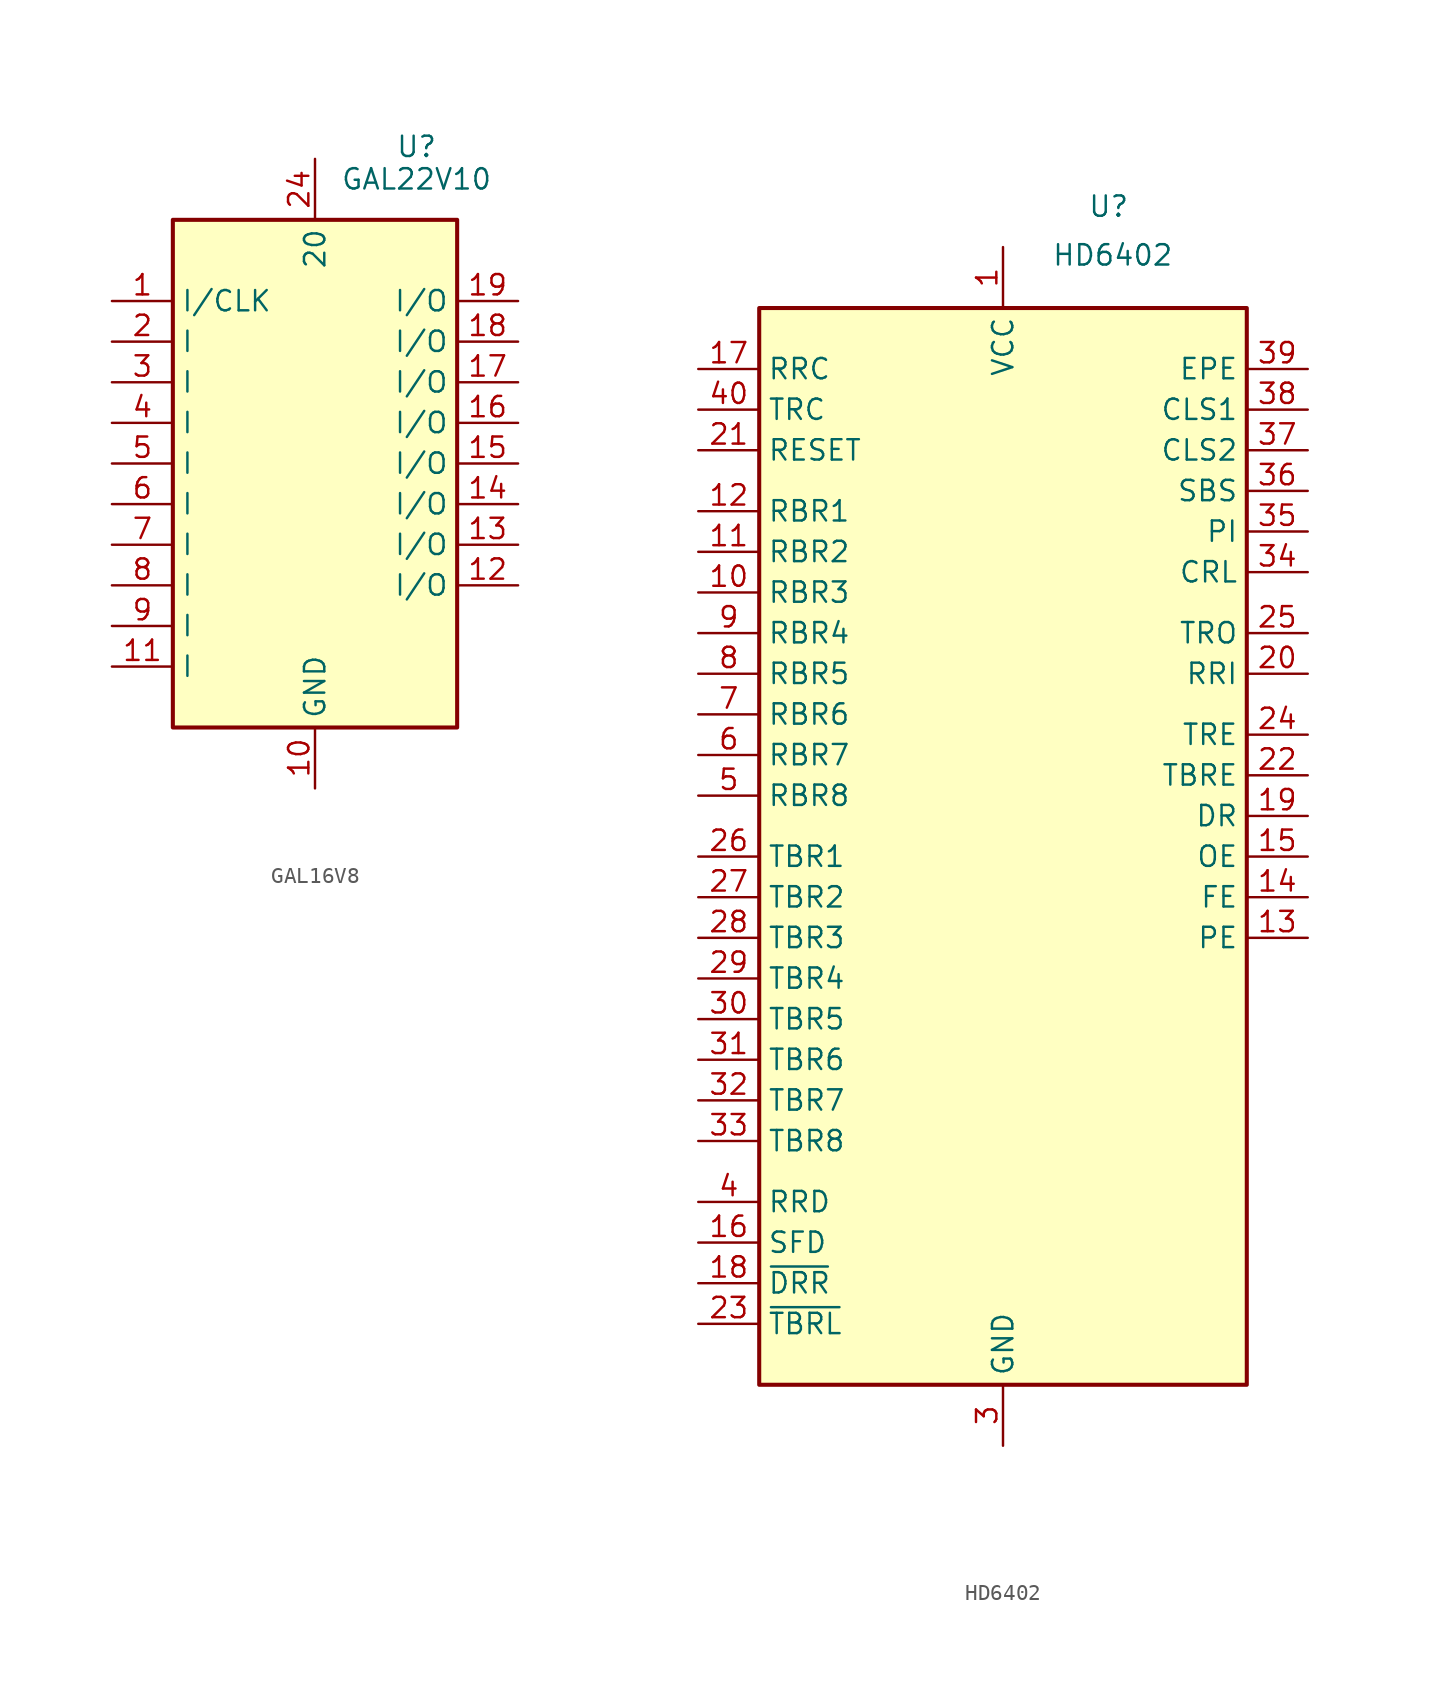
<source format=kicad_sym>
(kicad_symbol_lib
  (version 20241209)
  (generator "kicad_symbol_editor")
  (generator_version "9.0")
  (symbol "GAL16V8"
    (property "Reference" "U"
      (at 6.35 22.352 0)
      (effects (font (size 1.27 1.27))))
    (property "Value" "GAL22V10"
      (at 6.35 20.32 0)
      (effects (font (size 1.27 1.27))))
    (symbol "GAL16V8_1_1"
      (rectangle (start -8.89 17.78) (end 8.89 -13.97) (stroke (width 0.254) (type default)) (fill (type background)))
      (pin input line (at -12.7 12.7 0) (length 3.81) (name "I/CLK" (effects (font (size 1.27 1.27)))) (number "1" (effects (font (size 1.27 1.27)))))
      (pin input line (at -12.7 10.16 0) (length 3.81) (name "I" (effects (font (size 1.27 1.27)))) (number "2" (effects (font (size 1.27 1.27)))))
      (pin input line (at -12.7 7.62 0) (length 3.81) (name "I" (effects (font (size 1.27 1.27)))) (number "3" (effects (font (size 1.27 1.27)))))
      (pin input line (at -12.7 5.08 0) (length 3.81) (name "I" (effects (font (size 1.27 1.27)))) (number "4" (effects (font (size 1.27 1.27)))))
      (pin input line (at -12.7 2.54 0) (length 3.81) (name "I" (effects (font (size 1.27 1.27)))) (number "5" (effects (font (size 1.27 1.27)))))
      (pin input line (at -12.7 0 0) (length 3.81) (name "I" (effects (font (size 1.27 1.27)))) (number "6" (effects (font (size 1.27 1.27)))))
      (pin input line (at -12.7 -2.54 0) (length 3.81) (name "I" (effects (font (size 1.27 1.27)))) (number "7" (effects (font (size 1.27 1.27)))))
      (pin input line (at -12.7 -5.08 0) (length 3.81) (name "I" (effects (font (size 1.27 1.27)))) (number "8" (effects (font (size 1.27 1.27)))))
      (pin input line (at -12.7 -7.62 0) (length 3.81) (name "I" (effects (font (size 1.27 1.27)))) (number "9" (effects (font (size 1.27 1.27)))))
      (pin input line (at -12.7 -10.16 0) (length 3.81) (name "I" (effects (font (size 1.27 1.27)))) (number "11" (effects (font (size 1.27 1.27)))))
      (pin power_in line (at 0 21.59 270) (length 3.81) (name "20" (effects (font (size 1.27 1.27)))) (number "24" (effects (font (size 1.27 1.27)))))
      (pin power_in line (at 0 -17.78 90) (length 3.81) (name "GND" (effects (font (size 1.27 1.27)))) (number "10" (effects (font (size 1.27 1.27)))))
      (pin bidirectional line (at 12.7 12.7 180) (length 3.81) (name "I/O" (effects (font (size 1.27 1.27)))) (number "19" (effects (font (size 1.27 1.27)))))
      (pin bidirectional line (at 12.7 10.16 180) (length 3.81) (name "I/O" (effects (font (size 1.27 1.27)))) (number "18" (effects (font (size 1.27 1.27)))))
      (pin bidirectional line (at 12.7 7.62 180) (length 3.81) (name "I/O" (effects (font (size 1.27 1.27)))) (number "17" (effects (font (size 1.27 1.27)))))
      (pin bidirectional line (at 12.7 5.08 180) (length 3.81) (name "I/O" (effects (font (size 1.27 1.27)))) (number "16" (effects (font (size 1.27 1.27)))))
      (pin bidirectional line (at 12.7 2.54 180) (length 3.81) (name "I/O" (effects (font (size 1.27 1.27)))) (number "15" (effects (font (size 1.27 1.27)))))
      (pin bidirectional line (at 12.7 0 180) (length 3.81) (name "I/O" (effects (font (size 1.27 1.27)))) (number "14" (effects (font (size 1.27 1.27)))))
      (pin bidirectional line (at 12.7 -2.54 180) (length 3.81) (name "I/O" (effects (font (size 1.27 1.27)))) (number "13" (effects (font (size 1.27 1.27)))))
      (pin bidirectional line (at 12.7 -5.08 180) (length 3.81) (name "I/O" (effects (font (size 1.27 1.27)))) (number "12" (effects (font (size 1.27 1.27)))))))
  (symbol "HD6402"
    (property "Reference" "U"
      (at 6.604 43.18 0)
      (effects (font (size 1.27 1.27))))
    (property "Value" "HD6402"
      (at 6.858 40.132 0)
      (effects (font (size 1.27 1.27))))
    (symbol "HD6402_1_1"
      (rectangle (start -15.24 36.83) (end 15.24 -30.48) (stroke (width 0.254) (type default)) (fill (type background)))
      (pin input line (at -19.05 33.02 0) (length 3.81) (name "RRC" (effects (font (size 1.27 1.27)))) (number "17" (effects (font (size 1.27 1.27)))))
      (pin input line (at -19.05 30.48 0) (length 3.81) (name "TRC" (effects (font (size 1.27 1.27)))) (number "40" (effects (font (size 1.27 1.27)))))
      (pin input line (at -19.05 27.94 0) (length 3.81) (name "RESET" (effects (font (size 1.27 1.27)))) (number "21" (effects (font (size 1.27 1.27)))))
      (pin tri_state line (at -19.05 24.13 0) (length 3.81) (name "RBR1" (effects (font (size 1.27 1.27)))) (number "12" (effects (font (size 1.27 1.27)))))
      (pin tri_state line (at -19.05 21.59 0) (length 3.81) (name "RBR2" (effects (font (size 1.27 1.27)))) (number "11" (effects (font (size 1.27 1.27)))))
      (pin tri_state line (at -19.05 19.05 0) (length 3.81) (name "RBR3" (effects (font (size 1.27 1.27)))) (number "10" (effects (font (size 1.27 1.27)))))
      (pin tri_state line (at -19.05 16.51 0) (length 3.81) (name "RBR4" (effects (font (size 1.27 1.27)))) (number "9" (effects (font (size 1.27 1.27)))))
      (pin tri_state line (at -19.05 13.97 0) (length 3.81) (name "RBR5" (effects (font (size 1.27 1.27)))) (number "8" (effects (font (size 1.27 1.27)))))
      (pin tri_state line (at -19.05 11.43 0) (length 3.81) (name "RBR6" (effects (font (size 1.27 1.27)))) (number "7" (effects (font (size 1.27 1.27)))))
      (pin tri_state line (at -19.05 8.89 0) (length 3.81) (name "RBR7" (effects (font (size 1.27 1.27)))) (number "6" (effects (font (size 1.27 1.27)))))
      (pin tri_state line (at -19.05 6.35 0) (length 3.81) (name "RBR8" (effects (font (size 1.27 1.27)))) (number "5" (effects (font (size 1.27 1.27)))))
      (pin input line (at -19.05 2.54 0) (length 3.81) (name "TBR1" (effects (font (size 1.27 1.27)))) (number "26" (effects (font (size 1.27 1.27)))))
      (pin input line (at -19.05 0 0) (length 3.81) (name "TBR2" (effects (font (size 1.27 1.27)))) (number "27" (effects (font (size 1.27 1.27)))))
      (pin input line (at -19.05 -2.54 0) (length 3.81) (name "TBR3" (effects (font (size 1.27 1.27)))) (number "28" (effects (font (size 1.27 1.27)))))
      (pin input line (at -19.05 -5.08 0) (length 3.81) (name "TBR4" (effects (font (size 1.27 1.27)))) (number "29" (effects (font (size 1.27 1.27)))))
      (pin input line (at -19.05 -7.62 0) (length 3.81) (name "TBR5" (effects (font (size 1.27 1.27)))) (number "30" (effects (font (size 1.27 1.27)))))
      (pin input line (at -19.05 -10.16 0) (length 3.81) (name "TBR6" (effects (font (size 1.27 1.27)))) (number "31" (effects (font (size 1.27 1.27)))))
      (pin input line (at -19.05 -12.7 0) (length 3.81) (name "TBR7" (effects (font (size 1.27 1.27)))) (number "32" (effects (font (size 1.27 1.27)))))
      (pin input line (at -19.05 -15.24 0) (length 3.81) (name "TBR8" (effects (font (size 1.27 1.27)))) (number "33" (effects (font (size 1.27 1.27)))))
      (pin input line (at -19.05 -19.05 0) (length 3.81) (name "RRD" (effects (font (size 1.27 1.27)))) (number "4" (effects (font (size 1.27 1.27)))))
      (pin input line (at -19.05 -21.59 0) (length 3.81) (name "SFD" (effects (font (size 1.27 1.27)))) (number "16" (effects (font (size 1.27 1.27)))))
      (pin input line (at -19.05 -24.13 0) (length 3.81) (name "~{DRR}" (effects (font (size 1.27 1.27)))) (number "18" (effects (font (size 1.27 1.27)))))
      (pin input line (at -19.05 -26.67 0) (length 3.81) (name "~{TBRL}" (effects (font (size 1.27 1.27)))) (number "23" (effects (font (size 1.27 1.27)))))
      (pin power_in line (at 0 40.64 270) (length 3.81) (name "VCC" (effects (font (size 1.27 1.27)))) (number "1" (effects (font (size 1.27 1.27)))))
      (pin power_in line (at 0 -34.29 90) (length 3.81) (name "GND" (effects (font (size 1.27 1.27)))) (number "3" (effects (font (size 1.27 1.27)))))
      (pin input line (at 19.05 33.02 180) (length 3.81) (name "EPE" (effects (font (size 1.27 1.27)))) (number "39" (effects (font (size 1.27 1.27)))))
      (pin input line (at 19.05 30.48 180) (length 3.81) (name "CLS1" (effects (font (size 1.27 1.27)))) (number "38" (effects (font (size 1.27 1.27)))))
      (pin input line (at 19.05 27.94 180) (length 3.81) (name "CLS2" (effects (font (size 1.27 1.27)))) (number "37" (effects (font (size 1.27 1.27)))))
      (pin input line (at 19.05 25.4 180) (length 3.81) (name "SBS" (effects (font (size 1.27 1.27)))) (number "36" (effects (font (size 1.27 1.27)))))
      (pin input line (at 19.05 22.86 180) (length 3.81) (name "PI" (effects (font (size 1.27 1.27)))) (number "35" (effects (font (size 1.27 1.27)))))
      (pin input line (at 19.05 20.32 180) (length 3.81) (name "CRL" (effects (font (size 1.27 1.27)))) (number "34" (effects (font (size 1.27 1.27)))))
      (pin output line (at 19.05 16.51 180) (length 3.81) (name "TRO" (effects (font (size 1.27 1.27)))) (number "25" (effects (font (size 1.27 1.27)))))
      (pin input line (at 19.05 13.97 180) (length 3.81) (name "RRI" (effects (font (size 1.27 1.27)))) (number "20" (effects (font (size 1.27 1.27)))))
      (pin output line (at 19.05 10.16 180) (length 3.81) (name "TRE" (effects (font (size 1.27 1.27)))) (number "24" (effects (font (size 1.27 1.27)))))
      (pin tri_state line (at 19.05 7.62 180) (length 3.81) (name "TBRE" (effects (font (size 1.27 1.27)))) (number "22" (effects (font (size 1.27 1.27)))))
      (pin tri_state line (at 19.05 5.08 180) (length 3.81) (name "DR" (effects (font (size 1.27 1.27)))) (number "19" (effects (font (size 1.27 1.27)))))
      (pin tri_state line (at 19.05 2.54 180) (length 3.81) (name "OE" (effects (font (size 1.27 1.27)))) (number "15" (effects (font (size 1.27 1.27)))))
      (pin tri_state line (at 19.05 0 180) (length 3.81) (name "FE" (effects (font (size 1.27 1.27)))) (number "14" (effects (font (size 1.27 1.27)))))
      (pin tri_state line (at 19.05 -2.54 180) (length 3.81) (name "PE" (effects (font (size 1.27 1.27)))) (number "13" (effects (font (size 1.27 1.27)))))
      (pin no_connect line (at 19.05 -10.16 180) (length 3.81) (hide yes) (name "NC" (effects (font (size 1.27 1.27)))) (number "2" (effects (font (size 1.27 1.27))))))))
</source>
